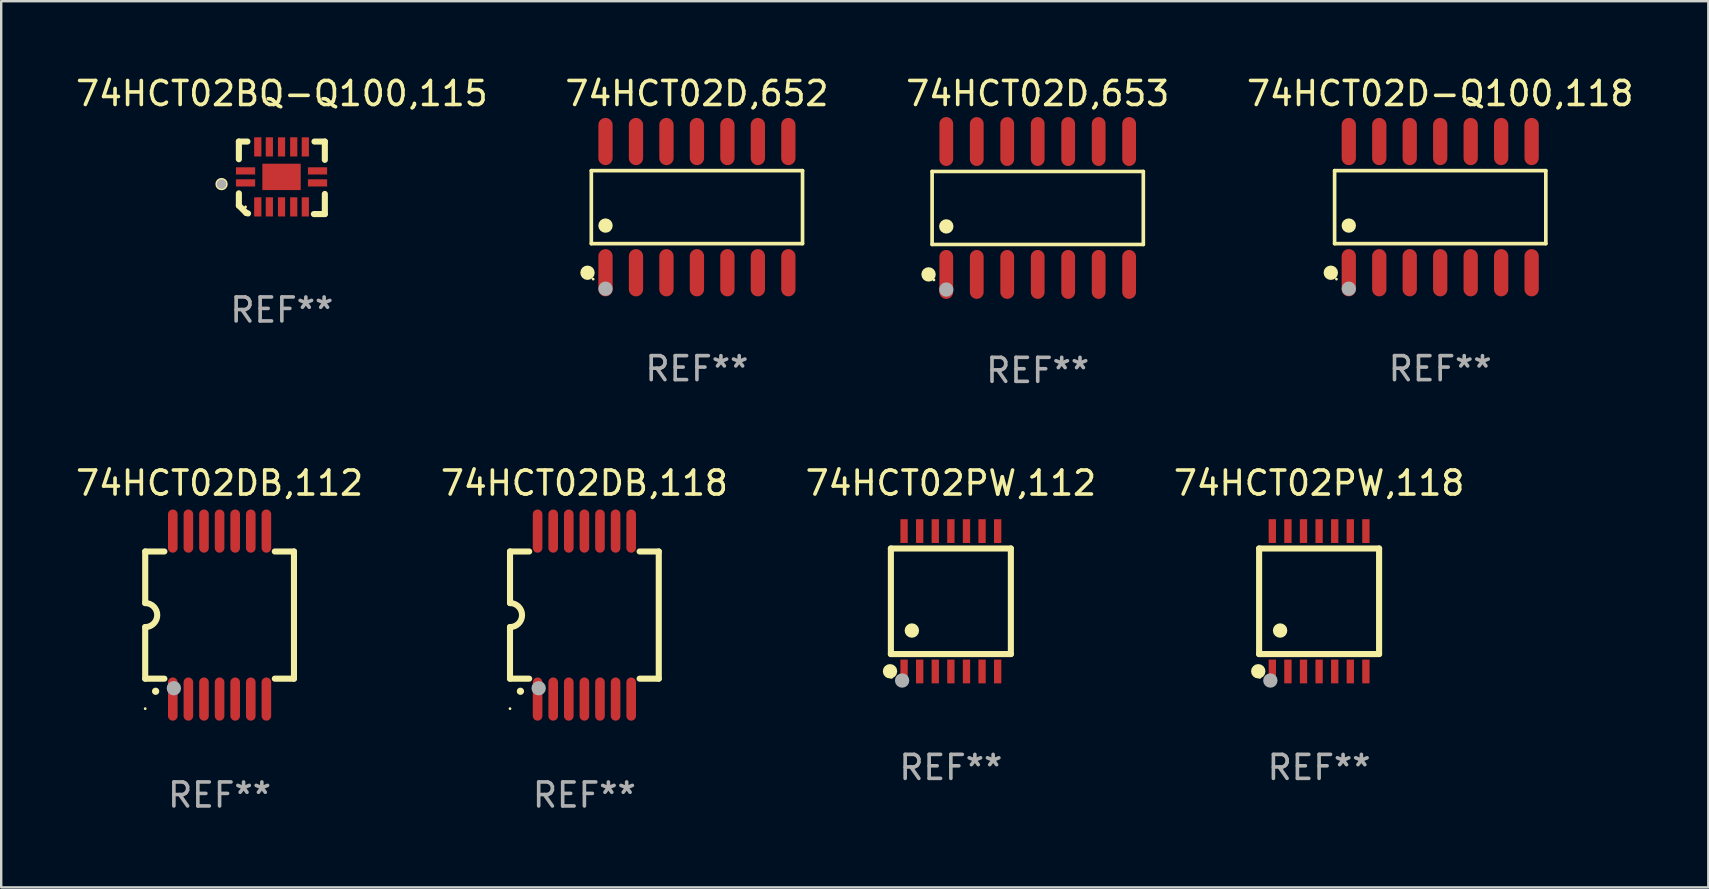
<source format=kicad_pcb>
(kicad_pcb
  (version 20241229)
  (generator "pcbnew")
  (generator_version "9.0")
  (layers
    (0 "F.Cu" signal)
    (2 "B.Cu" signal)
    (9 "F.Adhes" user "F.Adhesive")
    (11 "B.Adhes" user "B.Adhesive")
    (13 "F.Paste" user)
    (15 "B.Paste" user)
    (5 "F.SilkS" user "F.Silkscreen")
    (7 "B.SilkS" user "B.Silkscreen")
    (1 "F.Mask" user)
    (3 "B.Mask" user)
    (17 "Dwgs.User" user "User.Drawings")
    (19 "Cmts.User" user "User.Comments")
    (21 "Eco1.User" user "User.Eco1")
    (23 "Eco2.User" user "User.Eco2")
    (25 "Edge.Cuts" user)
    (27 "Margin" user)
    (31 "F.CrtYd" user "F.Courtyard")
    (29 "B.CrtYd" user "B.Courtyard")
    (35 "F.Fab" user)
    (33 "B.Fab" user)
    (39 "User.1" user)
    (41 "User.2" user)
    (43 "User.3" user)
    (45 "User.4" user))
  (footprint "74HCT02PW,118"
    (layer "F.Cu")
    (at 51.923 22.008)
    (property "Reference" "74HCT02PW,118" (at 0 -4.925 0) (layer "F.SilkS") (effects (font (size 1 1) (thickness 0.15))))
    (attr through_hole)
    (fp_line (start -2.5 2.2) (end -2.5 -2.2) (stroke (width 0.254) (type solid)) (layer "F.SilkS"))
    (fp_line (start -2.5 2.2) (end 2.5 2.2) (stroke (width 0.254) (type solid)) (layer "F.SilkS"))
    (fp_line (start 2.5 -2.2) (end -2.5 -2.2) (stroke (width 0.254) (type solid)) (layer "F.SilkS"))
    (fp_line (start 2.5 -2.2) (end 2.5 2.2) (stroke (width 0.254) (type solid)) (layer "F.SilkS"))
    (fp_circle (center -2.536 2.917) (end -2.386 2.917) (stroke (width 0.3) (type solid)) (fill no) (layer "F.SilkS"))
    (fp_circle (center -2.47 3.17) (end -2.44 3.17) (stroke (width 0.06) (type solid)) (fill no) (layer "F.SilkS"))
    (fp_circle (center -1.626 1.219) (end -1.475 1.219) (stroke (width 0.3) (type solid)) (fill no) (layer "F.SilkS"))
    (fp_circle (center -2.032 3.302) (end -1.882 3.302) (stroke (width 0.3) (type solid)) (fill no) (layer "F.Fab"))
    (fp_text user "REF**" (at 0 6.925 0) (layer "F.Fab") (effects (font (size 1 1) (thickness 0.15))))
    (pad "1" smd rect (at -1.95 2.925) (size 0.305 0.991) (layers "F.Cu" "F.Mask" "F.Paste"))
    (pad "2" smd rect (at -1.3 2.925) (size 0.305 0.991) (layers "F.Cu" "F.Mask" "F.Paste"))
    (pad "3" smd rect (at -0.65 2.925) (size 0.305 0.991) (layers "F.Cu" "F.Mask" "F.Paste"))
    (pad "4" smd rect (at 0 2.925) (size 0.305 0.991) (layers "F.Cu" "F.Mask" "F.Paste"))
    (pad "5" smd rect (at 0.65 2.925) (size 0.305 0.991) (layers "F.Cu" "F.Mask" "F.Paste"))
    (pad "6" smd rect (at 1.3 2.925) (size 0.305 0.991) (layers "F.Cu" "F.Mask" "F.Paste"))
    (pad "7" smd rect (at 1.95 2.925) (size 0.305 0.991) (layers "F.Cu" "F.Mask" "F.Paste"))
    (pad "8" smd rect (at 1.95 -2.925) (size 0.305 0.991) (layers "F.Cu" "F.Mask" "F.Paste"))
    (pad "9" smd rect (at 1.3 -2.925) (size 0.305 0.991) (layers "F.Cu" "F.Mask" "F.Paste"))
    (pad "10" smd rect (at 0.65 -2.925) (size 0.305 0.991) (layers "F.Cu" "F.Mask" "F.Paste"))
    (pad "11" smd rect (at 0 -2.925) (size 0.305 0.991) (layers "F.Cu" "F.Mask" "F.Paste"))
    (pad "12" smd rect (at -0.65 -2.925) (size 0.305 0.991) (layers "F.Cu" "F.Mask" "F.Paste"))
    (pad "13" smd rect (at -1.3 -2.925) (size 0.305 0.991) (layers "F.Cu" "F.Mask" "F.Paste"))
    (pad "14" smd rect (at -1.95 -2.925) (size 0.305 0.991) (layers "F.Cu" "F.Mask" "F.Paste")))
  (footprint "74HCT02D,652"
    (layer "F.Cu")
    (at 25.994 5.582)
    (property "Reference" "74HCT02D,652" (at 0 -4.734 0) (layer "F.SilkS") (effects (font (size 1 1) (thickness 0.15))))
    (attr through_hole)
    (fp_line (start -4.401 -1.521) (end 4.401 -1.521) (stroke (width 0.152) (type solid)) (layer "F.SilkS"))
    (fp_line (start -4.401 1.521) (end -4.401 -1.521) (stroke (width 0.152) (type solid)) (layer "F.SilkS"))
    (fp_line (start 4.401 -1.521) (end 4.401 1.521) (stroke (width 0.152) (type solid)) (layer "F.SilkS"))
    (fp_line (start 4.401 1.521) (end -4.401 1.521) (stroke (width 0.152) (type solid)) (layer "F.SilkS"))
    (fp_circle (center -4.56 2.734) (end -4.41 2.734) (stroke (width 0.3) (type solid)) (fill no) (layer "F.SilkS"))
    (fp_circle (center -4.325 3) (end -4.295 3) (stroke (width 0.06) (type solid)) (fill no) (layer "F.SilkS"))
    (fp_circle (center -3.81 0.769) (end -3.66 0.769) (stroke (width 0.3) (type solid)) (fill no) (layer "F.SilkS"))
    (fp_circle (center -3.81 3.4) (end -3.66 3.4) (stroke (width 0.3) (type solid)) (fill no) (layer "F.Fab"))
    (fp_text user "REF**" (at 0 6.734 0) (layer "F.Fab") (effects (font (size 1 1) (thickness 0.15))))
    (pad "1" smd oval (at -3.81 2.734) (size 0.595 1.968) (layers "F.Cu" "F.Mask" "F.Paste"))
    (pad "2" smd oval (at -2.54 2.734) (size 0.595 1.968) (layers "F.Cu" "F.Mask" "F.Paste"))
    (pad "3" smd oval (at -1.27 2.734) (size 0.595 1.968) (layers "F.Cu" "F.Mask" "F.Paste"))
    (pad "4" smd oval (at 0 2.734) (size 0.595 1.968) (layers "F.Cu" "F.Mask" "F.Paste"))
    (pad "5" smd oval (at 1.27 2.734) (size 0.595 1.968) (layers "F.Cu" "F.Mask" "F.Paste"))
    (pad "6" smd oval (at 2.54 2.734) (size 0.595 1.968) (layers "F.Cu" "F.Mask" "F.Paste"))
    (pad "7" smd oval (at 3.81 2.734) (size 0.595 1.968) (layers "F.Cu" "F.Mask" "F.Paste"))
    (pad "8" smd oval (at 3.81 -2.734) (size 0.595 1.968) (layers "F.Cu" "F.Mask" "F.Paste"))
    (pad "9" smd oval (at 2.54 -2.734) (size 0.595 1.968) (layers "F.Cu" "F.Mask" "F.Paste"))
    (pad "10" smd oval (at 1.27 -2.734) (size 0.595 1.968) (layers "F.Cu" "F.Mask" "F.Paste"))
    (pad "11" smd oval (at 0 -2.734) (size 0.595 1.968) (layers "F.Cu" "F.Mask" "F.Paste"))
    (pad "12" smd oval (at -1.27 -2.734) (size 0.595 1.968) (layers "F.Cu" "F.Mask" "F.Paste"))
    (pad "13" smd oval (at -2.54 -2.734) (size 0.595 1.968) (layers "F.Cu" "F.Mask" "F.Paste"))
    (pad "14" smd oval (at -3.81 -2.734) (size 0.595 1.968) (layers "F.Cu" "F.Mask" "F.Paste")))
  (footprint "74HCT02D,653"
    (layer "F.Cu")
    (at 40.196 5.617)
    (property "Reference" "74HCT02D,653" (at 0 -4.769 0) (layer "F.SilkS") (effects (font (size 1 1) (thickness 0.15))))
    (attr through_hole)
    (fp_line (start -4.401 -1.521) (end 4.401 -1.521) (stroke (width 0.152) (type solid)) (layer "F.SilkS"))
    (fp_line (start -4.401 1.521) (end -4.401 -1.521) (stroke (width 0.152) (type solid)) (layer "F.SilkS"))
    (fp_line (start 4.401 -1.521) (end 4.401 1.521) (stroke (width 0.152) (type solid)) (layer "F.SilkS"))
    (fp_line (start 4.401 1.521) (end -4.401 1.521) (stroke (width 0.152) (type solid)) (layer "F.SilkS"))
    (fp_circle (center -4.549 2.769) (end -4.399 2.769) (stroke (width 0.3) (type solid)) (fill no) (layer "F.SilkS"))
    (fp_circle (center -4.325 3) (end -4.295 3) (stroke (width 0.06) (type solid)) (fill no) (layer "F.SilkS"))
    (fp_circle (center -3.81 0.769) (end -3.66 0.769) (stroke (width 0.3) (type solid)) (fill no) (layer "F.SilkS"))
    (fp_circle (center -3.81 3.4) (end -3.66 3.4) (stroke (width 0.3) (type solid)) (fill no) (layer "F.Fab"))
    (fp_text user "REF**" (at 0 6.769 0) (layer "F.Fab") (effects (font (size 1 1) (thickness 0.15))))
    (pad "1" smd oval (at -3.81 2.769) (size 0.574 2.038) (layers "F.Cu" "F.Mask" "F.Paste"))
    (pad "2" smd oval (at -2.54 2.769) (size 0.574 2.038) (layers "F.Cu" "F.Mask" "F.Paste"))
    (pad "3" smd oval (at -1.27 2.769) (size 0.574 2.038) (layers "F.Cu" "F.Mask" "F.Paste"))
    (pad "4" smd oval (at 0 2.769) (size 0.574 2.038) (layers "F.Cu" "F.Mask" "F.Paste"))
    (pad "5" smd oval (at 1.27 2.769) (size 0.574 2.038) (layers "F.Cu" "F.Mask" "F.Paste"))
    (pad "6" smd oval (at 2.54 2.769) (size 0.574 2.038) (layers "F.Cu" "F.Mask" "F.Paste"))
    (pad "7" smd oval (at 3.81 2.769) (size 0.574 2.038) (layers "F.Cu" "F.Mask" "F.Paste"))
    (pad "8" smd oval (at 3.81 -2.769) (size 0.574 2.038) (layers "F.Cu" "F.Mask" "F.Paste"))
    (pad "9" smd oval (at 2.54 -2.769) (size 0.574 2.038) (layers "F.Cu" "F.Mask" "F.Paste"))
    (pad "10" smd oval (at 1.27 -2.769) (size 0.574 2.038) (layers "F.Cu" "F.Mask" "F.Paste"))
    (pad "11" smd oval (at 0 -2.769) (size 0.574 2.038) (layers "F.Cu" "F.Mask" "F.Paste"))
    (pad "12" smd oval (at -1.27 -2.769) (size 0.574 2.038) (layers "F.Cu" "F.Mask" "F.Paste"))
    (pad "13" smd oval (at -2.54 -2.769) (size 0.574 2.038) (layers "F.Cu" "F.Mask" "F.Paste"))
    (pad "14" smd oval (at -3.81 -2.769) (size 0.574 2.038) (layers "F.Cu" "F.Mask" "F.Paste")))
  (footprint "74HCT02PW,112"
    (layer "F.Cu")
    (at 36.577 22.008)
    (property "Reference" "74HCT02PW,112" (at 0 -4.925 0) (layer "F.SilkS") (effects (font (size 1 1) (thickness 0.15))))
    (attr through_hole)
    (fp_line (start -2.5 2.2) (end -2.5 -2.2) (stroke (width 0.254) (type solid)) (layer "F.SilkS"))
    (fp_line (start -2.5 2.2) (end 2.5 2.2) (stroke (width 0.254) (type solid)) (layer "F.SilkS"))
    (fp_line (start 2.5 -2.2) (end -2.5 -2.2) (stroke (width 0.254) (type solid)) (layer "F.SilkS"))
    (fp_line (start 2.5 -2.2) (end 2.5 2.2) (stroke (width 0.254) (type solid)) (layer "F.SilkS"))
    (fp_circle (center -2.536 2.917) (end -2.386 2.917) (stroke (width 0.3) (type solid)) (fill no) (layer "F.SilkS"))
    (fp_circle (center -2.47 3.17) (end -2.44 3.17) (stroke (width 0.06) (type solid)) (fill no) (layer "F.SilkS"))
    (fp_circle (center -1.626 1.219) (end -1.475 1.219) (stroke (width 0.3) (type solid)) (fill no) (layer "F.SilkS"))
    (fp_circle (center -2.032 3.302) (end -1.882 3.302) (stroke (width 0.3) (type solid)) (fill no) (layer "F.Fab"))
    (fp_text user "REF**" (at 0 6.925 0) (layer "F.Fab") (effects (font (size 1 1) (thickness 0.15))))
    (pad "1" smd rect (at -1.95 2.925) (size 0.305 0.991) (layers "F.Cu" "F.Mask" "F.Paste"))
    (pad "2" smd rect (at -1.3 2.925) (size 0.305 0.991) (layers "F.Cu" "F.Mask" "F.Paste"))
    (pad "3" smd rect (at -0.65 2.925) (size 0.305 0.991) (layers "F.Cu" "F.Mask" "F.Paste"))
    (pad "4" smd rect (at 0 2.925) (size 0.305 0.991) (layers "F.Cu" "F.Mask" "F.Paste"))
    (pad "5" smd rect (at 0.65 2.925) (size 0.305 0.991) (layers "F.Cu" "F.Mask" "F.Paste"))
    (pad "6" smd rect (at 1.3 2.925) (size 0.305 0.991) (layers "F.Cu" "F.Mask" "F.Paste"))
    (pad "7" smd rect (at 1.95 2.925) (size 0.305 0.991) (layers "F.Cu" "F.Mask" "F.Paste"))
    (pad "8" smd rect (at 1.95 -2.925) (size 0.305 0.991) (layers "F.Cu" "F.Mask" "F.Paste"))
    (pad "9" smd rect (at 1.3 -2.925) (size 0.305 0.991) (layers "F.Cu" "F.Mask" "F.Paste"))
    (pad "10" smd rect (at 0.65 -2.925) (size 0.305 0.991) (layers "F.Cu" "F.Mask" "F.Paste"))
    (pad "11" smd rect (at 0 -2.925) (size 0.305 0.991) (layers "F.Cu" "F.Mask" "F.Paste"))
    (pad "12" smd rect (at -0.65 -2.925) (size 0.305 0.991) (layers "F.Cu" "F.Mask" "F.Paste"))
    (pad "13" smd rect (at -1.3 -2.925) (size 0.305 0.991) (layers "F.Cu" "F.Mask" "F.Paste"))
    (pad "14" smd rect (at -1.95 -2.925) (size 0.305 0.991) (layers "F.Cu" "F.Mask" "F.Paste")))
  (footprint "74HCT02DB,112"
    (layer "F.Cu")
    (at 6.101 22.583)
    (property "Reference" "74HCT02DB,112" (at 0 -5.5 0) (layer "F.SilkS") (effects (font (size 1 1) (thickness 0.15))))
    (attr through_hole)
    (fp_line (start -3.1 2.65) (end -3.1 0.5) (stroke (width 0.254) (type solid)) (layer "F.SilkS"))
    (fp_line (start -3.099 -2.65) (end -2.301 -2.65) (stroke (width 0.254) (type solid)) (layer "F.SilkS"))
    (fp_line (start -3.099 -0.5) (end -3.099 -2.65) (stroke (width 0.254) (type solid)) (layer "F.SilkS"))
    (fp_line (start -2.301 2.65) (end -3.1 2.65) (stroke (width 0.254) (type solid)) (layer "F.SilkS"))
    (fp_line (start 2.301 -2.65) (end 3.1 -2.65) (stroke (width 0.254) (type solid)) (layer "F.SilkS"))
    (fp_line (start 3.1 -2.65) (end 3.1 2.65) (stroke (width 0.254) (type solid)) (layer "F.SilkS"))
    (fp_line (start 3.1 2.65) (end 2.301 2.65) (stroke (width 0.254) (type solid)) (layer "F.SilkS"))
    (fp_arc (start -3.098806 -0.500381) (mid -2.598806 0) (end -3.098806 0.500381) (stroke (width 0.254001) (type solid)) (layer "F.SilkS"))
    (fp_arc (start -2.667005 3.175006) (mid -2.665735 3.175001) (end -2.664465 3.175006) (stroke (width 0.3) (type solid)) (layer "F.SilkS"))
    (fp_circle (center -3.1 3.9) (end -3.07 3.9) (stroke (width 0.06) (type solid)) (fill no) (layer "F.SilkS"))
    (fp_circle (center -1.905 3.048) (end -1.755 3.048) (stroke (width 0.3) (type solid)) (fill no) (layer "F.Fab"))
    (fp_text user "REF**" (at 0 7.5 0) (layer "F.Fab") (effects (font (size 1 1) (thickness 0.15))))
    (pad "1" smd oval (at -1.95 3.5 270) (size 1.8 0.4) (layers "F.Cu" "F.Mask" "F.Paste"))
    (pad "2" smd oval (at -1.3 3.5 270) (size 1.8 0.4) (layers "F.Cu" "F.Mask" "F.Paste"))
    (pad "3" smd oval (at -0.65 3.5 270) (size 1.8 0.4) (layers "F.Cu" "F.Mask" "F.Paste"))
    (pad "4" smd oval (at 0 3.5 270) (size 1.8 0.4) (layers "F.Cu" "F.Mask" "F.Paste"))
    (pad "5" smd oval (at 0.65 3.5 270) (size 1.8 0.4) (layers "F.Cu" "F.Mask" "F.Paste"))
    (pad "6" smd oval (at 1.3 3.5 270) (size 1.8 0.4) (layers "F.Cu" "F.Mask" "F.Paste"))
    (pad "7" smd oval (at 1.95 3.5 270) (size 1.8 0.4) (layers "F.Cu" "F.Mask" "F.Paste"))
    (pad "8" smd oval (at 1.95 -3.5 90) (size 1.8 0.4) (layers "F.Cu" "F.Mask" "F.Paste"))
    (pad "9" smd oval (at 1.3 -3.5 90) (size 1.8 0.4) (layers "F.Cu" "F.Mask" "F.Paste"))
    (pad "10" smd oval (at 0.65 -3.5 90) (size 1.8 0.4) (layers "F.Cu" "F.Mask" "F.Paste"))
    (pad "11" smd oval (at 0 -3.5 90) (size 1.8 0.4) (layers "F.Cu" "F.Mask" "F.Paste"))
    (pad "12" smd oval (at -0.65 -3.5 90) (size 1.8 0.4) (layers "F.Cu" "F.Mask" "F.Paste"))
    (pad "13" smd oval (at -1.3 -3.5 90) (size 1.8 0.4) (layers "F.Cu" "F.Mask" "F.Paste"))
    (pad "14" smd oval (at -1.95 -3.5 90) (size 1.8 0.4) (layers "F.Cu" "F.Mask" "F.Paste")))
  (footprint "74HCT02DB,118"
    (layer "F.Cu")
    (at 21.304 22.583)
    (property "Reference" "74HCT02DB,118" (at 0 -5.5 0) (layer "F.SilkS") (effects (font (size 1 1) (thickness 0.15))))
    (attr through_hole)
    (fp_line (start -3.1 2.65) (end -3.1 0.5) (stroke (width 0.254) (type solid)) (layer "F.SilkS"))
    (fp_line (start -3.099 -2.65) (end -2.301 -2.65) (stroke (width 0.254) (type solid)) (layer "F.SilkS"))
    (fp_line (start -3.099 -0.5) (end -3.099 -2.65) (stroke (width 0.254) (type solid)) (layer "F.SilkS"))
    (fp_line (start -2.301 2.65) (end -3.1 2.65) (stroke (width 0.254) (type solid)) (layer "F.SilkS"))
    (fp_line (start 2.301 -2.65) (end 3.1 -2.65) (stroke (width 0.254) (type solid)) (layer "F.SilkS"))
    (fp_line (start 3.1 -2.65) (end 3.1 2.65) (stroke (width 0.254) (type solid)) (layer "F.SilkS"))
    (fp_line (start 3.1 2.65) (end 2.301 2.65) (stroke (width 0.254) (type solid)) (layer "F.SilkS"))
    (fp_arc (start -3.098806 -0.500381) (mid -2.598806 0) (end -3.098806 0.500381) (stroke (width 0.254001) (type solid)) (layer "F.SilkS"))
    (fp_arc (start -2.667005 3.175006) (mid -2.665735 3.175001) (end -2.664465 3.175006) (stroke (width 0.3) (type solid)) (layer "F.SilkS"))
    (fp_circle (center -3.1 3.9) (end -3.07 3.9) (stroke (width 0.06) (type solid)) (fill no) (layer "F.SilkS"))
    (fp_circle (center -1.905 3.048) (end -1.755 3.048) (stroke (width 0.3) (type solid)) (fill no) (layer "F.Fab"))
    (fp_text user "REF**" (at 0 7.5 0) (layer "F.Fab") (effects (font (size 1 1) (thickness 0.15))))
    (pad "1" smd oval (at -1.95 3.5 270) (size 1.8 0.4) (layers "F.Cu" "F.Mask" "F.Paste"))
    (pad "2" smd oval (at -1.3 3.5 270) (size 1.8 0.4) (layers "F.Cu" "F.Mask" "F.Paste"))
    (pad "3" smd oval (at -0.65 3.5 270) (size 1.8 0.4) (layers "F.Cu" "F.Mask" "F.Paste"))
    (pad "4" smd oval (at 0 3.5 270) (size 1.8 0.4) (layers "F.Cu" "F.Mask" "F.Paste"))
    (pad "5" smd oval (at 0.65 3.5 270) (size 1.8 0.4) (layers "F.Cu" "F.Mask" "F.Paste"))
    (pad "6" smd oval (at 1.3 3.5 270) (size 1.8 0.4) (layers "F.Cu" "F.Mask" "F.Paste"))
    (pad "7" smd oval (at 1.95 3.5 270) (size 1.8 0.4) (layers "F.Cu" "F.Mask" "F.Paste"))
    (pad "8" smd oval (at 1.95 -3.5 90) (size 1.8 0.4) (layers "F.Cu" "F.Mask" "F.Paste"))
    (pad "9" smd oval (at 1.3 -3.5 90) (size 1.8 0.4) (layers "F.Cu" "F.Mask" "F.Paste"))
    (pad "10" smd oval (at 0.65 -3.5 90) (size 1.8 0.4) (layers "F.Cu" "F.Mask" "F.Paste"))
    (pad "11" smd oval (at 0 -3.5 90) (size 1.8 0.4) (layers "F.Cu" "F.Mask" "F.Paste"))
    (pad "12" smd oval (at -0.65 -3.5 90) (size 1.8 0.4) (layers "F.Cu" "F.Mask" "F.Paste"))
    (pad "13" smd oval (at -1.3 -3.5 90) (size 1.8 0.4) (layers "F.Cu" "F.Mask" "F.Paste"))
    (pad "14" smd oval (at -1.95 -3.5 90) (size 1.8 0.4) (layers "F.Cu" "F.Mask" "F.Paste")))
  (footprint "74HCT02D-Q100,118"
    (layer "F.Cu")
    (at 56.97 5.582)
    (property "Reference" "74HCT02D-Q100,118" (at 0 -4.734 0) (layer "F.SilkS") (effects (font (size 1 1) (thickness 0.15))))
    (attr through_hole)
    (fp_line (start -4.401 -1.521) (end 4.401 -1.521) (stroke (width 0.152) (type solid)) (layer "F.SilkS"))
    (fp_line (start -4.401 1.521) (end -4.401 -1.521) (stroke (width 0.152) (type solid)) (layer "F.SilkS"))
    (fp_line (start 4.401 -1.521) (end 4.401 1.521) (stroke (width 0.152) (type solid)) (layer "F.SilkS"))
    (fp_line (start 4.401 1.521) (end -4.401 1.521) (stroke (width 0.152) (type solid)) (layer "F.SilkS"))
    (fp_circle (center -4.56 2.734) (end -4.41 2.734) (stroke (width 0.3) (type solid)) (fill no) (layer "F.SilkS"))
    (fp_circle (center -4.325 3) (end -4.295 3) (stroke (width 0.06) (type solid)) (fill no) (layer "F.SilkS"))
    (fp_circle (center -3.81 0.769) (end -3.66 0.769) (stroke (width 0.3) (type solid)) (fill no) (layer "F.SilkS"))
    (fp_circle (center -3.81 3.4) (end -3.66 3.4) (stroke (width 0.3) (type solid)) (fill no) (layer "F.Fab"))
    (fp_text user "REF**" (at 0 6.734 0) (layer "F.Fab") (effects (font (size 1 1) (thickness 0.15))))
    (pad "1" smd oval (at -3.81 2.734) (size 0.595 1.968) (layers "F.Cu" "F.Mask" "F.Paste"))
    (pad "2" smd oval (at -2.54 2.734) (size 0.595 1.968) (layers "F.Cu" "F.Mask" "F.Paste"))
    (pad "3" smd oval (at -1.27 2.734) (size 0.595 1.968) (layers "F.Cu" "F.Mask" "F.Paste"))
    (pad "4" smd oval (at 0 2.734) (size 0.595 1.968) (layers "F.Cu" "F.Mask" "F.Paste"))
    (pad "5" smd oval (at 1.27 2.734) (size 0.595 1.968) (layers "F.Cu" "F.Mask" "F.Paste"))
    (pad "6" smd oval (at 2.54 2.734) (size 0.595 1.968) (layers "F.Cu" "F.Mask" "F.Paste"))
    (pad "7" smd oval (at 3.81 2.734) (size 0.595 1.968) (layers "F.Cu" "F.Mask" "F.Paste"))
    (pad "8" smd oval (at 3.81 -2.734) (size 0.595 1.968) (layers "F.Cu" "F.Mask" "F.Paste"))
    (pad "9" smd oval (at 2.54 -2.734) (size 0.595 1.968) (layers "F.Cu" "F.Mask" "F.Paste"))
    (pad "10" smd oval (at 1.27 -2.734) (size 0.595 1.968) (layers "F.Cu" "F.Mask" "F.Paste"))
    (pad "11" smd oval (at 0 -2.734) (size 0.595 1.968) (layers "F.Cu" "F.Mask" "F.Paste"))
    (pad "12" smd oval (at -1.27 -2.734) (size 0.595 1.968) (layers "F.Cu" "F.Mask" "F.Paste"))
    (pad "13" smd oval (at -2.54 -2.734) (size 0.595 1.968) (layers "F.Cu" "F.Mask" "F.Paste"))
    (pad "14" smd oval (at -3.81 -2.734) (size 0.595 1.968) (layers "F.Cu" "F.Mask" "F.Paste")))
  (footprint "74HCT02BQ-Q100,115"
    (layer "F.Cu")
    (at 8.696 4.36)
    (property "Reference" "74HCT02BQ-Q100,115" (at 0 -3.511 0) (layer "F.SilkS") (effects (font (size 1 1) (thickness 0.15))))
    (attr through_hole)
    (fp_line (start -1.791 -1.511) (end -1.435 -1.511) (stroke (width 0.254) (type solid)) (layer "F.SilkS"))
    (fp_line (start -1.791 -0.775) (end -1.791 -1.511) (stroke (width 0.254) (type solid)) (layer "F.SilkS"))
    (fp_line (start -1.791 1.156) (end -1.791 0.648) (stroke (width 0.254) (type solid)) (layer "F.SilkS"))
    (fp_line (start -1.486 1.461) (end -1.791 1.156) (stroke (width 0.254) (type solid)) (layer "F.SilkS"))
    (fp_line (start -1.41 1.486) (end -1.486 1.461) (stroke (width 0.254) (type solid)) (layer "F.SilkS"))
    (fp_line (start 1.334 1.511) (end 1.791 1.511) (stroke (width 0.254) (type solid)) (layer "F.SilkS"))
    (fp_line (start 1.791 -1.511) (end 1.359 -1.511) (stroke (width 0.254) (type solid)) (layer "F.SilkS"))
    (fp_line (start 1.791 -0.749) (end 1.791 -1.511) (stroke (width 0.254) (type solid)) (layer "F.SilkS"))
    (fp_line (start 1.791 1.511) (end 1.791 0.673) (stroke (width 0.254) (type solid)) (layer "F.SilkS"))
    (fp_circle (center -2.513 0.262) (end -2.383 0.262) (stroke (width 0.254) (type solid)) (fill no) (layer "F.SilkS"))
    (fp_circle (center -1.513 1.212) (end -1.483 1.212) (stroke (width 0.06) (type solid)) (fill no) (layer "F.SilkS"))
    (fp_circle (center -2.513 0.262) (end -2.413 0.262) (stroke (width 0.2) (type solid)) (fill no) (layer "F.Fab"))
    (fp_text user "REF**" (at 0 5.511 0) (layer "F.Fab") (effects (font (size 1 1) (thickness 0.15))))
    (pad "1" smd rect (at -1.513 0.212) (size 0.8 0.3) (layers "F.Cu" "F.Mask" "F.Paste"))
    (pad "2" smd rect (at -1.003 1.212) (size 0.3 0.8) (layers "F.Cu" "F.Mask" "F.Paste"))
    (pad "3" smd rect (at -0.521 1.212) (size 0.3 0.8) (layers "F.Cu" "F.Mask" "F.Paste"))
    (pad "4" smd rect (at -0.013 1.212) (size 0.3 0.8) (layers "F.Cu" "F.Mask" "F.Paste"))
    (pad "5" smd rect (at 0.495 1.212) (size 0.3 0.8) (layers "F.Cu" "F.Mask" "F.Paste"))
    (pad "6" smd rect (at 0.978 1.212) (size 0.3 0.8) (layers "F.Cu" "F.Mask" "F.Paste"))
    (pad "7" smd rect (at 1.487 0.212) (size 0.8 0.3) (layers "F.Cu" "F.Mask" "F.Paste"))
    (pad "8" smd rect (at 1.487 -0.288) (size 0.8 0.3) (layers "F.Cu" "F.Mask" "F.Paste"))
    (pad "9" smd rect (at 0.978 -1.288) (size 0.3 0.8) (layers "F.Cu" "F.Mask" "F.Paste"))
    (pad "10" smd rect (at 0.495 -1.288) (size 0.3 0.8) (layers "F.Cu" "F.Mask" "F.Paste"))
    (pad "11" smd rect (at -0.013 -1.288) (size 0.3 0.8) (layers "F.Cu" "F.Mask" "F.Paste"))
    (pad "12" smd rect (at -0.521 -1.288) (size 0.3 0.8) (layers "F.Cu" "F.Mask" "F.Paste"))
    (pad "13" smd rect (at -1.003 -1.288) (size 0.3 0.8) (layers "F.Cu" "F.Mask" "F.Paste"))
    (pad "14" smd rect (at -1.513 -0.288) (size 0.8 0.3) (layers "F.Cu" "F.Mask" "F.Paste"))
    (pad "15" smd rect (at -0.013 -0.038 90) (size 1.1 1.6) (layers "F.Cu" "F.Mask" "F.Paste")))
  (gr_rect
    (start -3 -3)
    (end 68.143 33.931)
    (stroke (width 0.1) (type default))
    (fill no)
    (layer "Edge.Cuts")))
</source>
